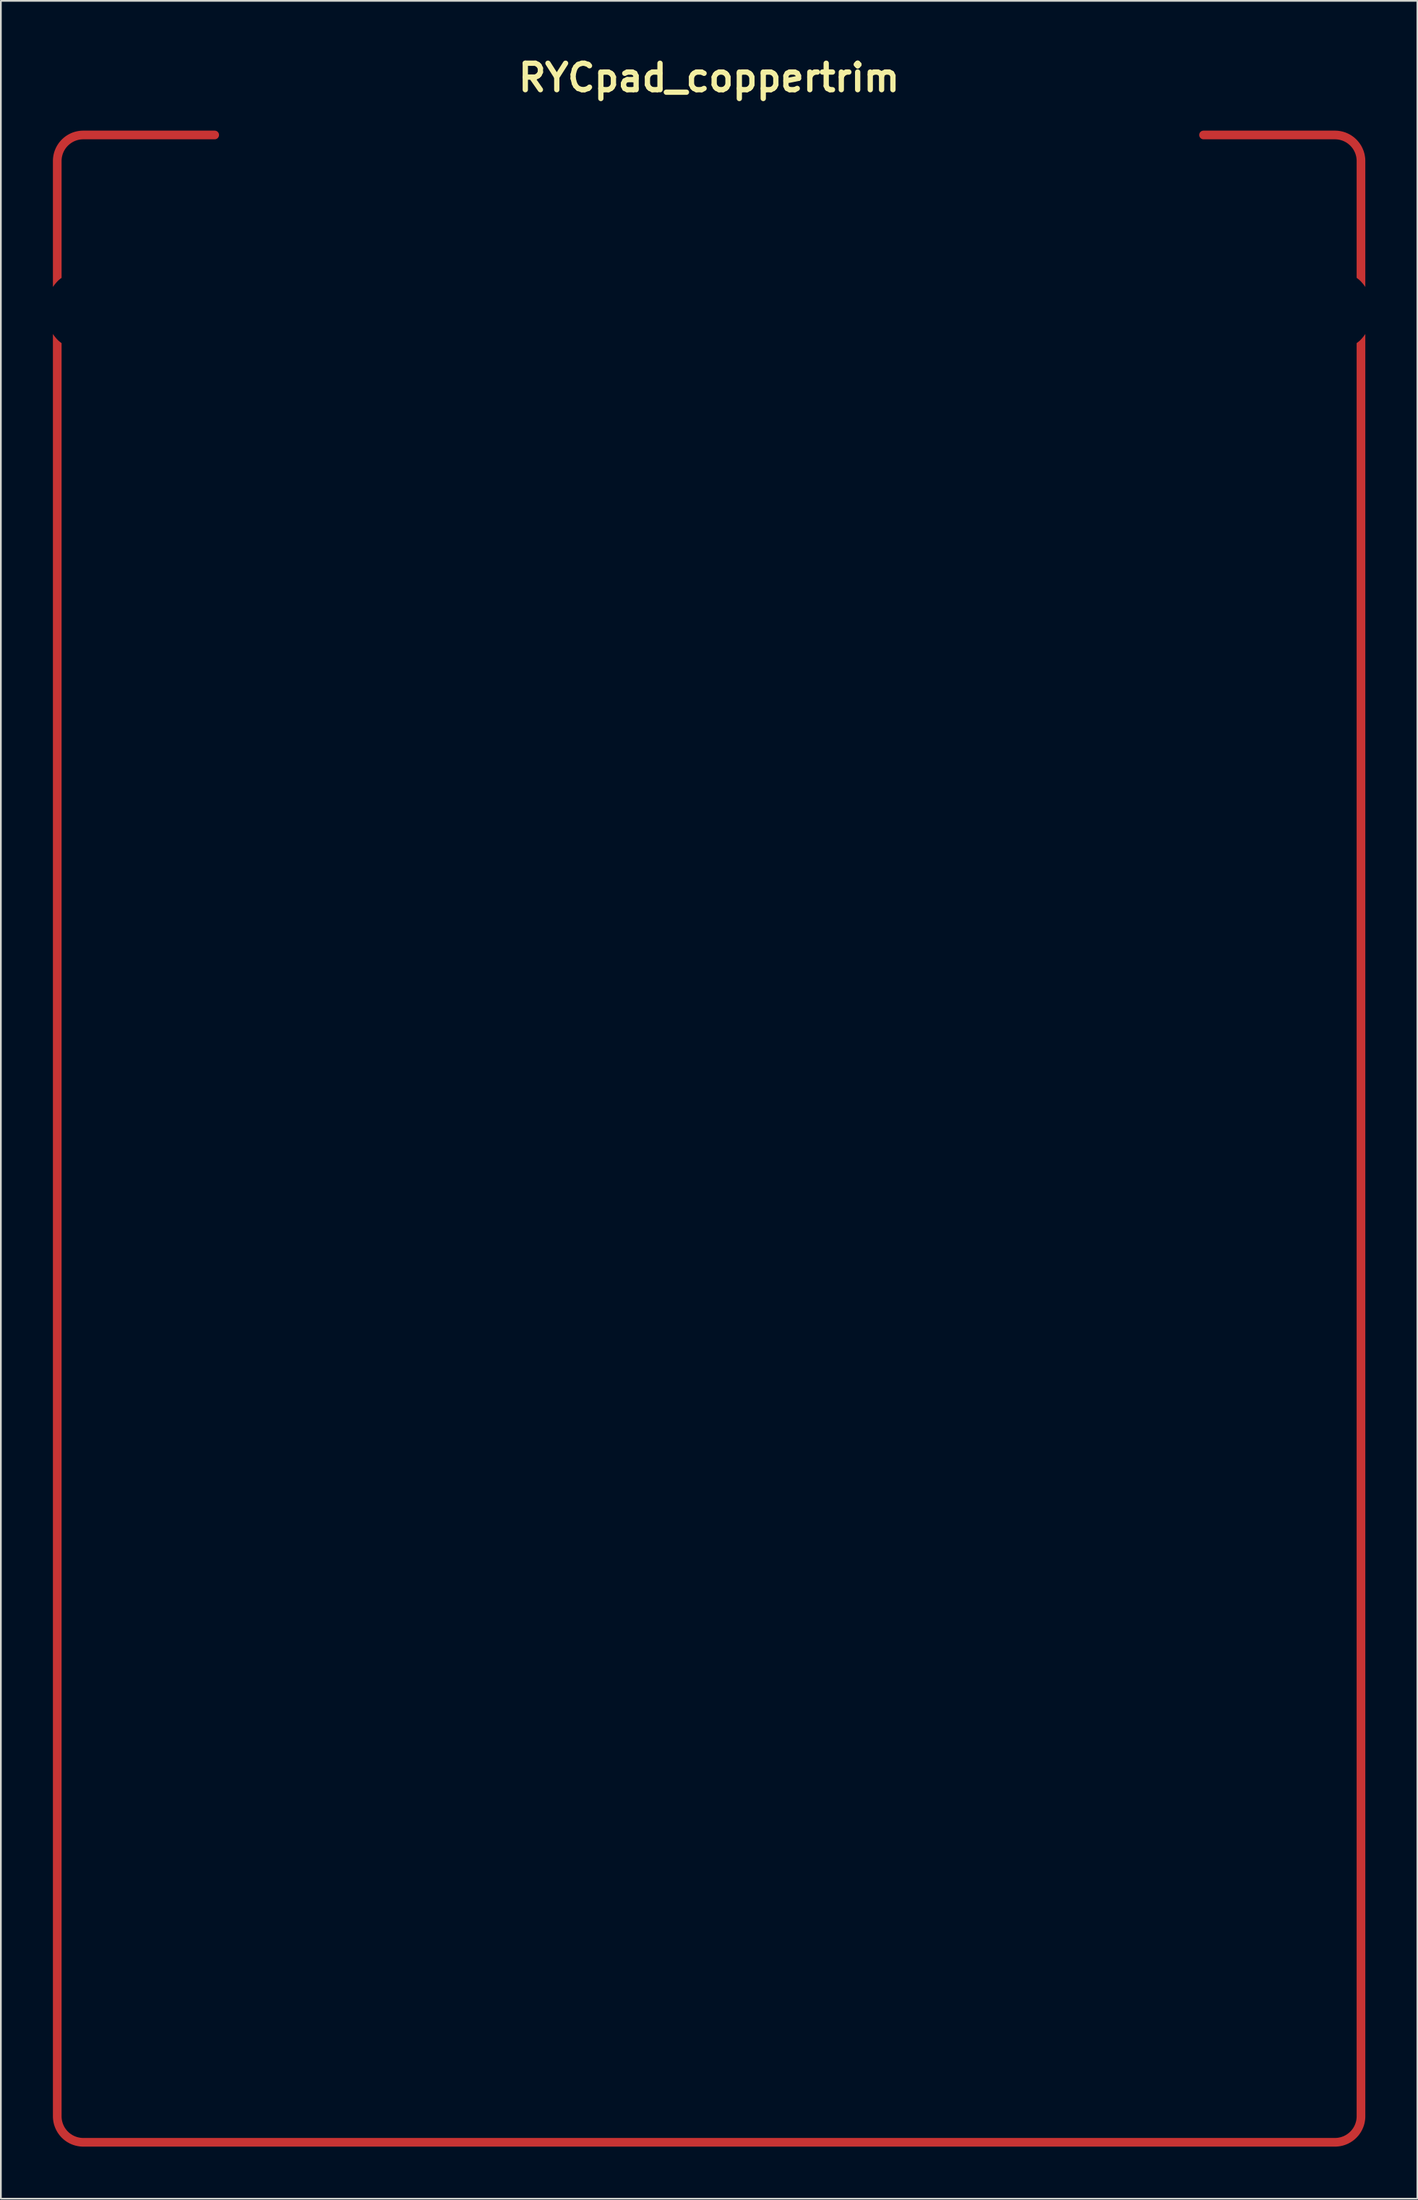
<source format=kicad_pcb>
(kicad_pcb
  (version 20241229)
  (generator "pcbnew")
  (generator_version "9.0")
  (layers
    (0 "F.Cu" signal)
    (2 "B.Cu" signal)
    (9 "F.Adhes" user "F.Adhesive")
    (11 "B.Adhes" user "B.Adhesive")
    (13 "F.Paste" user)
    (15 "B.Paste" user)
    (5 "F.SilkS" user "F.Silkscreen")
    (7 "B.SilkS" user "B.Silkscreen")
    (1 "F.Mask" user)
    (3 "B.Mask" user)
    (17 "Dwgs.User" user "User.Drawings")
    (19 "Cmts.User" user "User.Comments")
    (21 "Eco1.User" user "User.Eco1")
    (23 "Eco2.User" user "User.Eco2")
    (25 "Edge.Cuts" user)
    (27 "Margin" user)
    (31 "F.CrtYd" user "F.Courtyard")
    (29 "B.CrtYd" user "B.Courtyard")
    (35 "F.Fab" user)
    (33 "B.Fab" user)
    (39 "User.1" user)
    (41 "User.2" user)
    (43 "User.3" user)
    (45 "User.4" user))
  (footprint "RYCpad_coppertrim"
    (layer "F.Cu")
    (at 37.825 62.54)
    (property "Reference" "RYCpad_coppertrim" (at 0 -61.113 0) (layer "F.SilkS") (effects (font (size 1.524 1.524) (thickness 0.305))))
    (attr exclude_from_pos_files exclude_from_bom)
    (fp_poly (pts (xy 28.5 -58.065) (xy 28.476 -58.064) (xy 28.451 -58.06) (xy 28.427 -58.054) (xy 28.404 -58.046) (xy 28.382 -58.036) (xy 28.361 -58.023) (xy 28.341 -58.008) (xy 28.323 -57.992) (xy 28.307 -57.974) (xy 28.292 -57.954) (xy 28.279 -57.933) (xy 28.269 -57.911) (xy 28.261 -57.888) (xy 28.255 -57.864) (xy 28.251 -57.839) (xy 28.25 -57.815) (xy 28.251 -57.79) (xy 28.255 -57.766) (xy 28.261 -57.742) (xy 28.269 -57.719) (xy 28.28 -57.697) (xy 28.292 -57.676) (xy 28.307 -57.657) (xy 28.323 -57.638) (xy 28.342 -57.622) (xy 28.361 -57.607) (xy 28.382 -57.595) (xy 28.404 -57.584) (xy 28.428 -57.576) (xy 28.451 -57.57) (xy 28.476 -57.567) (xy 28.5 -57.565) (xy 28.5 -57.565) (xy 28.5 -57.565) (xy 28.501 -57.565) (xy 28.501 -57.565) (xy 36.075 -57.565) (xy 36.099 -57.565) (xy 36.124 -57.564) (xy 36.148 -57.563) (xy 36.173 -57.561) (xy 36.197 -57.559) (xy 36.222 -57.557) (xy 36.246 -57.553) (xy 36.27 -57.55) (xy 36.295 -57.546) (xy 36.319 -57.541) (xy 36.343 -57.536) (xy 36.367 -57.531) (xy 36.39 -57.525) (xy 36.414 -57.518) (xy 36.438 -57.511) (xy 36.461 -57.504) (xy 36.484 -57.496) (xy 36.508 -57.488) (xy 36.531 -57.479) (xy 36.553 -57.47) (xy 36.576 -57.461) (xy 36.598 -57.451) (xy 36.62 -57.44) (xy 36.642 -57.429) (xy 36.664 -57.418) (xy 36.686 -57.406) (xy 36.707 -57.394) (xy 36.728 -57.381) (xy 36.749 -57.368) (xy 36.769 -57.354) (xy 36.79 -57.341) (xy 36.81 -57.326) (xy 36.829 -57.312) (xy 36.849 -57.297) (xy 36.868 -57.281) (xy 36.887 -57.266) (xy 36.905 -57.249) (xy 36.924 -57.233) (xy 36.941 -57.216) (xy 36.959 -57.199) (xy 36.976 -57.181) (xy 36.993 -57.164) (xy 37.009 -57.145) (xy 37.026 -57.127) (xy 37.041 -57.108) (xy 37.057 -57.089) (xy 37.072 -57.07) (xy 37.086 -57.05) (xy 37.101 -57.03) (xy 37.115 -57.01) (xy 37.128 -56.989) (xy 37.141 -56.968) (xy 37.154 -56.947) (xy 37.166 -56.926) (xy 37.177 -56.905) (xy 37.189 -56.883) (xy 37.2 -56.861) (xy 37.21 -56.839) (xy 37.22 -56.816) (xy 37.23 -56.794) (xy 37.239 -56.771) (xy 37.248 -56.748) (xy 37.256 -56.725) (xy 37.264 -56.702) (xy 37.271 -56.678) (xy 37.278 -56.655) (xy 37.285 -56.631) (xy 37.29 -56.607) (xy 37.296 -56.583) (xy 37.301 -56.559) (xy 37.306 -56.535) (xy 37.31 -56.511) (xy 37.313 -56.487) (xy 37.316 -56.462) (xy 37.319 -56.438) (xy 37.321 -56.413) (xy 37.323 -56.389) (xy 37.324 -56.364) (xy 37.325 -56.34) (xy 37.325 -56.315) (xy 37.325 -49.586) (xy 37.346 -49.57) (xy 37.366 -49.554) (xy 37.387 -49.538) (xy 37.408 -49.522) (xy 37.429 -49.505) (xy 37.45 -49.489) (xy 37.47 -49.472) (xy 37.49 -49.455) (xy 37.509 -49.437) (xy 37.528 -49.419) (xy 37.547 -49.401) (xy 37.565 -49.382) (xy 37.583 -49.363) (xy 37.6 -49.344) (xy 37.618 -49.325) (xy 37.635 -49.305) (xy 37.652 -49.285) (xy 37.669 -49.266) (xy 37.685 -49.246) (xy 37.702 -49.225) (xy 37.718 -49.205) (xy 37.734 -49.184) (xy 37.75 -49.164) (xy 37.765 -49.143) (xy 37.781 -49.122) (xy 37.796 -49.101) (xy 37.81 -49.079) (xy 37.825 -49.058) (xy 37.825 -56.315) (xy 37.825 -56.34) (xy 37.824 -56.364) (xy 37.824 -56.389) (xy 37.822 -56.413) (xy 37.821 -56.438) (xy 37.819 -56.462) (xy 37.817 -56.487) (xy 37.814 -56.511) (xy 37.811 -56.536) (xy 37.808 -56.56) (xy 37.804 -56.584) (xy 37.8 -56.609) (xy 37.796 -56.633) (xy 37.791 -56.657) (xy 37.787 -56.681) (xy 37.781 -56.705) (xy 37.776 -56.729) (xy 37.77 -56.753) (xy 37.763 -56.776) (xy 37.757 -56.8) (xy 37.75 -56.823) (xy 37.742 -56.847) (xy 37.735 -56.87) (xy 37.727 -56.893) (xy 37.719 -56.916) (xy 37.71 -56.939) (xy 37.701 -56.962) (xy 37.692 -56.985) (xy 37.681 -57.009) (xy 37.671 -57.034) (xy 37.66 -57.058) (xy 37.648 -57.081) (xy 37.637 -57.105) (xy 37.624 -57.128) (xy 37.612 -57.152) (xy 37.599 -57.175) (xy 37.586 -57.198) (xy 37.573 -57.22) (xy 37.559 -57.243) (xy 37.545 -57.265) (xy 37.53 -57.287) (xy 37.516 -57.308) (xy 37.502 -57.328) (xy 37.488 -57.348) (xy 37.473 -57.367) (xy 37.458 -57.387) (xy 37.443 -57.406) (xy 37.428 -57.425) (xy 37.412 -57.444) (xy 37.396 -57.463) (xy 37.38 -57.481) (xy 37.363 -57.499) (xy 37.347 -57.517) (xy 37.33 -57.535) (xy 37.312 -57.552) (xy 37.295 -57.57) (xy 37.277 -57.587) (xy 37.259 -57.603) (xy 37.241 -57.62) (xy 37.223 -57.636) (xy 37.204 -57.652) (xy 37.185 -57.668) (xy 37.166 -57.683) (xy 37.147 -57.699) (xy 37.127 -57.714) (xy 37.108 -57.728) (xy 37.088 -57.743) (xy 37.068 -57.757) (xy 37.047 -57.77) (xy 37.027 -57.784) (xy 37.006 -57.797) (xy 36.985 -57.81) (xy 36.964 -57.823) (xy 36.943 -57.835) (xy 36.922 -57.847) (xy 36.9 -57.859) (xy 36.878 -57.87) (xy 36.856 -57.881) (xy 36.834 -57.892) (xy 36.812 -57.903) (xy 36.79 -57.913) (xy 36.767 -57.923) (xy 36.745 -57.932) (xy 36.72 -57.942) (xy 36.695 -57.952) (xy 36.671 -57.961) (xy 36.646 -57.97) (xy 36.621 -57.978) (xy 36.596 -57.986) (xy 36.57 -57.994) (xy 36.545 -58.001) (xy 36.519 -58.008) (xy 36.494 -58.014) (xy 36.468 -58.02) (xy 36.442 -58.026) (xy 36.416 -58.031) (xy 36.392 -58.036) (xy 36.368 -58.04) (xy 36.344 -58.044) (xy 36.32 -58.048) (xy 36.295 -58.051) (xy 36.271 -58.054) (xy 36.246 -58.057) (xy 36.222 -58.059) (xy 36.198 -58.061) (xy 36.173 -58.062) (xy 36.148 -58.063) (xy 36.124 -58.064) (xy 36.099 -58.065) (xy 36.075 -58.065) (xy 28.5 -58.065)) (stroke (width 0) (type solid)) (fill yes) (layer "F.Cu"))
    (fp_poly (pts (xy -36.075 -58.065) (xy -36.099 -58.065) (xy -36.124 -58.064) (xy -36.148 -58.063) (xy -36.173 -58.062) (xy -36.197 -58.061) (xy -36.222 -58.059) (xy -36.246 -58.057) (xy -36.271 -58.054) (xy -36.295 -58.051) (xy -36.32 -58.048) (xy -36.344 -58.044) (xy -36.368 -58.04) (xy -36.392 -58.036) (xy -36.416 -58.031) (xy -36.442 -58.026) (xy -36.468 -58.02) (xy -36.494 -58.014) (xy -36.519 -58.008) (xy -36.545 -58.001) (xy -36.57 -57.994) (xy -36.596 -57.986) (xy -36.621 -57.978) (xy -36.646 -57.97) (xy -36.671 -57.961) (xy -36.695 -57.952) (xy -36.72 -57.942) (xy -36.745 -57.932) (xy -36.767 -57.923) (xy -36.79 -57.913) (xy -36.812 -57.903) (xy -36.834 -57.892) (xy -36.856 -57.881) (xy -36.878 -57.87) (xy -36.9 -57.859) (xy -36.921 -57.847) (xy -36.943 -57.835) (xy -36.964 -57.823) (xy -36.985 -57.81) (xy -37.006 -57.797) (xy -37.027 -57.784) (xy -37.047 -57.77) (xy -37.068 -57.757) (xy -37.088 -57.743) (xy -37.108 -57.728) (xy -37.127 -57.714) (xy -37.147 -57.699) (xy -37.166 -57.683) (xy -37.185 -57.668) (xy -37.204 -57.652) (xy -37.223 -57.636) (xy -37.241 -57.62) (xy -37.259 -57.603) (xy -37.277 -57.587) (xy -37.295 -57.57) (xy -37.312 -57.552) (xy -37.33 -57.535) (xy -37.347 -57.517) (xy -37.363 -57.499) (xy -37.38 -57.481) (xy -37.396 -57.463) (xy -37.412 -57.444) (xy -37.428 -57.425) (xy -37.443 -57.406) (xy -37.458 -57.387) (xy -37.473 -57.367) (xy -37.488 -57.348) (xy -37.502 -57.328) (xy -37.516 -57.308) (xy -37.53 -57.287) (xy -37.545 -57.265) (xy -37.559 -57.243) (xy -37.573 -57.22) (xy -37.586 -57.198) (xy -37.599 -57.175) (xy -37.612 -57.152) (xy -37.624 -57.128) (xy -37.637 -57.105) (xy -37.648 -57.081) (xy -37.66 -57.058) (xy -37.671 -57.034) (xy -37.681 -57.009) (xy -37.692 -56.985) (xy -37.701 -56.962) (xy -37.71 -56.939) (xy -37.719 -56.916) (xy -37.727 -56.893) (xy -37.735 -56.87) (xy -37.742 -56.847) (xy -37.75 -56.823) (xy -37.757 -56.8) (xy -37.763 -56.776) (xy -37.77 -56.753) (xy -37.776 -56.729) (xy -37.781 -56.705) (xy -37.787 -56.681) (xy -37.791 -56.657) (xy -37.796 -56.633) (xy -37.8 -56.609) (xy -37.804 -56.584) (xy -37.808 -56.56) (xy -37.811 -56.536) (xy -37.814 -56.511) (xy -37.817 -56.487) (xy -37.819 -56.462) (xy -37.821 -56.438) (xy -37.822 -56.413) (xy -37.824 -56.389) (xy -37.824 -56.364) (xy -37.825 -56.34) (xy -37.825 -56.315) (xy -37.825 -49.058) (xy -37.81 -49.079) (xy -37.796 -49.101) (xy -37.781 -49.122) (xy -37.765 -49.143) (xy -37.75 -49.164) (xy -37.734 -49.185) (xy -37.718 -49.205) (xy -37.702 -49.225) (xy -37.686 -49.246) (xy -37.669 -49.266) (xy -37.652 -49.285) (xy -37.635 -49.305) (xy -37.618 -49.325) (xy -37.601 -49.344) (xy -37.583 -49.363) (xy -37.565 -49.382) (xy -37.547 -49.401) (xy -37.529 -49.419) (xy -37.512 -49.436) (xy -37.494 -49.452) (xy -37.476 -49.468) (xy -37.457 -49.483) (xy -37.439 -49.498) (xy -37.42 -49.513) (xy -37.401 -49.528) (xy -37.382 -49.542) (xy -37.363 -49.557) (xy -37.344 -49.572) (xy -37.325 -49.586) (xy -37.325 -56.315) (xy -37.325 -56.34) (xy -37.324 -56.364) (xy -37.323 -56.389) (xy -37.321 -56.413) (xy -37.319 -56.438) (xy -37.316 -56.462) (xy -37.313 -56.487) (xy -37.31 -56.511) (xy -37.306 -56.535) (xy -37.301 -56.559) (xy -37.296 -56.583) (xy -37.291 -56.607) (xy -37.285 -56.631) (xy -37.278 -56.655) (xy -37.271 -56.678) (xy -37.264 -56.702) (xy -37.256 -56.725) (xy -37.248 -56.748) (xy -37.239 -56.771) (xy -37.23 -56.794) (xy -37.22 -56.816) (xy -37.21 -56.839) (xy -37.2 -56.861) (xy -37.189 -56.883) (xy -37.177 -56.905) (xy -37.166 -56.926) (xy -37.154 -56.947) (xy -37.141 -56.968) (xy -37.128 -56.989) (xy -37.115 -57.01) (xy -37.101 -57.03) (xy -37.086 -57.05) (xy -37.072 -57.07) (xy -37.057 -57.089) (xy -37.041 -57.108) (xy -37.026 -57.127) (xy -37.01 -57.145) (xy -36.993 -57.164) (xy -36.976 -57.181) (xy -36.959 -57.199) (xy -36.941 -57.216) (xy -36.924 -57.233) (xy -36.905 -57.249) (xy -36.887 -57.266) (xy -36.868 -57.281) (xy -36.849 -57.297) (xy -36.829 -57.312) (xy -36.81 -57.326) (xy -36.79 -57.341) (xy -36.769 -57.354) (xy -36.749 -57.368) (xy -36.728 -57.381) (xy -36.707 -57.394) (xy -36.686 -57.406) (xy -36.664 -57.418) (xy -36.642 -57.429) (xy -36.62 -57.44) (xy -36.598 -57.451) (xy -36.576 -57.461) (xy -36.553 -57.47) (xy -36.531 -57.479) (xy -36.508 -57.488) (xy -36.484 -57.496) (xy -36.461 -57.504) (xy -36.438 -57.511) (xy -36.414 -57.518) (xy -36.391 -57.525) (xy -36.367 -57.531) (xy -36.343 -57.536) (xy -36.319 -57.541) (xy -36.295 -57.546) (xy -36.27 -57.55) (xy -36.246 -57.553) (xy -36.222 -57.557) (xy -36.197 -57.559) (xy -36.173 -57.561) (xy -36.148 -57.563) (xy -36.124 -57.564) (xy -36.099 -57.565) (xy -36.075 -57.565) (xy -28.501 -57.565) (xy -28.501 -57.565) (xy -28.5 -57.565) (xy -28.5 -57.565) (xy -28.5 -57.565) (xy -28.476 -57.567) (xy -28.451 -57.57) (xy -28.428 -57.576) (xy -28.404 -57.584) (xy -28.382 -57.595) (xy -28.361 -57.607) (xy -28.342 -57.622) (xy -28.323 -57.638) (xy -28.307 -57.657) (xy -28.292 -57.676) (xy -28.28 -57.697) (xy -28.269 -57.719) (xy -28.261 -57.742) (xy -28.255 -57.766) (xy -28.251 -57.79) (xy -28.25 -57.815) (xy -28.251 -57.839) (xy -28.255 -57.864) (xy -28.261 -57.888) (xy -28.269 -57.911) (xy -28.279 -57.933) (xy -28.292 -57.954) (xy -28.307 -57.974) (xy -28.323 -57.992) (xy -28.341 -58.008) (xy -28.361 -58.023) (xy -28.382 -58.036) (xy -28.404 -58.046) (xy -28.427 -58.054) (xy -28.451 -58.06) (xy -28.476 -58.064) (xy -28.5 -58.065) (xy -36.075 -58.065)) (stroke (width 0) (type solid)) (fill yes) (layer "F.Cu"))
    (fp_poly (pts (xy -37.825 -46.351) (xy -37.825 56.316) (xy -37.825 56.34) (xy -37.824 56.365) (xy -37.824 56.389) (xy -37.822 56.414) (xy -37.821 56.438) (xy -37.819 56.463) (xy -37.817 56.487) (xy -37.814 56.512) (xy -37.811 56.536) (xy -37.808 56.56) (xy -37.804 56.585) (xy -37.8 56.609) (xy -37.796 56.633) (xy -37.791 56.657) (xy -37.787 56.681) (xy -37.781 56.705) (xy -37.776 56.729) (xy -37.77 56.753) (xy -37.763 56.777) (xy -37.757 56.8) (xy -37.75 56.824) (xy -37.742 56.847) (xy -37.735 56.87) (xy -37.727 56.894) (xy -37.719 56.917) (xy -37.71 56.94) (xy -37.701 56.963) (xy -37.692 56.985) (xy -37.681 57.01) (xy -37.671 57.034) (xy -37.66 57.058) (xy -37.648 57.082) (xy -37.637 57.105) (xy -37.624 57.129) (xy -37.612 57.152) (xy -37.599 57.175) (xy -37.586 57.198) (xy -37.573 57.221) (xy -37.559 57.243) (xy -37.545 57.266) (xy -37.53 57.288) (xy -37.516 57.308) (xy -37.502 57.328) (xy -37.488 57.348) (xy -37.473 57.368) (xy -37.458 57.387) (xy -37.443 57.407) (xy -37.428 57.426) (xy -37.412 57.445) (xy -37.396 57.463) (xy -37.38 57.482) (xy -37.363 57.5) (xy -37.347 57.518) (xy -37.33 57.536) (xy -37.312 57.553) (xy -37.295 57.57) (xy -37.277 57.587) (xy -37.259 57.604) (xy -37.241 57.621) (xy -37.223 57.637) (xy -37.204 57.653) (xy -37.185 57.669) (xy -37.166 57.684) (xy -37.147 57.699) (xy -37.127 57.714) (xy -37.108 57.729) (xy -37.088 57.743) (xy -37.068 57.757) (xy -37.047 57.771) (xy -37.027 57.784) (xy -37.006 57.798) (xy -36.985 57.81) (xy -36.964 57.823) (xy -36.943 57.835) (xy -36.921 57.847) (xy -36.9 57.859) (xy -36.878 57.871) (xy -36.856 57.882) (xy -36.834 57.892) (xy -36.812 57.903) (xy -36.79 57.913) (xy -36.767 57.923) (xy -36.745 57.933) (xy -36.72 57.942) (xy -36.695 57.952) (xy -36.671 57.961) (xy -36.646 57.97) (xy -36.621 57.978) (xy -36.596 57.986) (xy -36.57 57.994) (xy -36.545 58.001) (xy -36.519 58.008) (xy -36.494 58.015) (xy -36.468 58.021) (xy -36.442 58.026) (xy -36.416 58.032) (xy -36.392 58.036) (xy -36.368 58.041) (xy -36.344 58.045) (xy -36.32 58.048) (xy -36.295 58.051) (xy -36.271 58.054) (xy -36.246 58.057) (xy -36.222 58.059) (xy -36.197 58.061) (xy -36.173 58.063) (xy -36.148 58.064) (xy -36.124 58.065) (xy -36.099 58.065) (xy -36.075 58.065) (xy 36.075 58.065) (xy 36.099 58.065) (xy 36.124 58.065) (xy 36.148 58.064) (xy 36.173 58.063) (xy 36.197 58.061) (xy 36.222 58.059) (xy 36.246 58.057) (xy 36.271 58.054) (xy 36.295 58.051) (xy 36.32 58.048) (xy 36.344 58.045) (xy 36.368 58.041) (xy 36.392 58.036) (xy 36.416 58.032) (xy 36.442 58.026) (xy 36.468 58.021) (xy 36.494 58.015) (xy 36.519 58.008) (xy 36.545 58.001) (xy 36.57 57.994) (xy 36.596 57.986) (xy 36.621 57.978) (xy 36.646 57.97) (xy 36.671 57.961) (xy 36.695 57.952) (xy 36.72 57.942) (xy 36.745 57.933) (xy 36.767 57.923) (xy 36.79 57.913) (xy 36.812 57.903) (xy 36.834 57.892) (xy 36.856 57.882) (xy 36.878 57.87) (xy 36.9 57.859) (xy 36.922 57.847) (xy 36.943 57.835) (xy 36.964 57.823) (xy 36.985 57.81) (xy 37.006 57.797) (xy 37.027 57.784) (xy 37.047 57.771) (xy 37.068 57.757) (xy 37.088 57.743) (xy 37.108 57.729) (xy 37.127 57.714) (xy 37.147 57.699) (xy 37.166 57.684) (xy 37.185 57.669) (xy 37.204 57.653) (xy 37.223 57.637) (xy 37.241 57.621) (xy 37.259 57.604) (xy 37.277 57.587) (xy 37.295 57.57) (xy 37.312 57.553) (xy 37.33 57.536) (xy 37.347 57.518) (xy 37.363 57.5) (xy 37.38 57.482) (xy 37.396 57.463) (xy 37.412 57.445) (xy 37.428 57.426) (xy 37.443 57.407) (xy 37.458 57.387) (xy 37.473 57.368) (xy 37.488 57.348) (xy 37.502 57.328) (xy 37.516 57.308) (xy 37.53 57.288) (xy 37.544 57.267) (xy 37.557 57.246) (xy 37.57 57.226) (xy 37.582 57.205) (xy 37.595 57.183) (xy 37.607 57.162) (xy 37.618 57.14) (xy 37.63 57.119) (xy 37.641 57.097) (xy 37.652 57.075) (xy 37.662 57.053) (xy 37.672 57.03) (xy 37.682 57.008) (xy 37.692 56.985) (xy 37.701 56.963) (xy 37.71 56.94) (xy 37.719 56.917) (xy 37.727 56.894) (xy 37.735 56.87) (xy 37.742 56.847) (xy 37.75 56.824) (xy 37.757 56.8) (xy 37.763 56.777) (xy 37.77 56.753) (xy 37.776 56.729) (xy 37.781 56.705) (xy 37.787 56.681) (xy 37.791 56.657) (xy 37.796 56.633) (xy 37.8 56.609) (xy 37.804 56.585) (xy 37.808 56.56) (xy 37.811 56.536) (xy 37.814 56.512) (xy 37.817 56.487) (xy 37.819 56.463) (xy 37.821 56.438) (xy 37.822 56.414) (xy 37.824 56.389) (xy 37.824 56.365) (xy 37.825 56.34) (xy 37.825 56.316) (xy 37.825 -46.351) (xy 37.81 -46.33) (xy 37.796 -46.308) (xy 37.78 -46.287) (xy 37.765 -46.266) (xy 37.75 -46.245) (xy 37.734 -46.224) (xy 37.718 -46.204) (xy 37.702 -46.183) (xy 37.685 -46.163) (xy 37.669 -46.143) (xy 37.652 -46.123) (xy 37.635 -46.104) (xy 37.618 -46.084) (xy 37.6 -46.065) (xy 37.583 -46.046) (xy 37.565 -46.027) (xy 37.547 -46.008) (xy 37.528 -45.99) (xy 37.509 -45.971) (xy 37.49 -45.954) (xy 37.47 -45.937) (xy 37.45 -45.92) (xy 37.429 -45.903) (xy 37.408 -45.887) (xy 37.387 -45.871) (xy 37.366 -45.855) (xy 37.346 -45.839) (xy 37.325 -45.822) (xy 37.325 56.316) (xy 37.325 56.34) (xy 37.324 56.365) (xy 37.323 56.389) (xy 37.321 56.414) (xy 37.319 56.438) (xy 37.316 56.463) (xy 37.313 56.487) (xy 37.31 56.511) (xy 37.306 56.535) (xy 37.301 56.559) (xy 37.296 56.584) (xy 37.29 56.607) (xy 37.285 56.631) (xy 37.278 56.655) (xy 37.271 56.679) (xy 37.264 56.702) (xy 37.256 56.725) (xy 37.248 56.748) (xy 37.239 56.771) (xy 37.23 56.794) (xy 37.22 56.817) (xy 37.21 56.839) (xy 37.2 56.861) (xy 37.189 56.883) (xy 37.177 56.905) (xy 37.166 56.926) (xy 37.154 56.948) (xy 37.141 56.969) (xy 37.128 56.99) (xy 37.115 57.01) (xy 37.101 57.03) (xy 37.086 57.05) (xy 37.072 57.07) (xy 37.057 57.089) (xy 37.041 57.109) (xy 37.026 57.127) (xy 37.01 57.146) (xy 36.993 57.164) (xy 36.976 57.182) (xy 36.959 57.199) (xy 36.941 57.216) (xy 36.924 57.233) (xy 36.905 57.25) (xy 36.887 57.266) (xy 36.868 57.282) (xy 36.849 57.297) (xy 36.829 57.312) (xy 36.81 57.327) (xy 36.79 57.341) (xy 36.769 57.355) (xy 36.749 57.368) (xy 36.728 57.381) (xy 36.707 57.394) (xy 36.686 57.406) (xy 36.664 57.418) (xy 36.642 57.429) (xy 36.62 57.44) (xy 36.598 57.451) (xy 36.576 57.461) (xy 36.553 57.471) (xy 36.531 57.48) (xy 36.508 57.488) (xy 36.484 57.497) (xy 36.461 57.504) (xy 36.438 57.512) (xy 36.414 57.519) (xy 36.391 57.525) (xy 36.367 57.531) (xy 36.343 57.536) (xy 36.319 57.541) (xy 36.295 57.546) (xy 36.27 57.55) (xy 36.246 57.554) (xy 36.222 57.557) (xy 36.197 57.56) (xy 36.173 57.562) (xy 36.148 57.563) (xy 36.124 57.565) (xy 36.099 57.565) (xy 36.075 57.566) (xy -36.075 57.566) (xy -36.099 57.565) (xy -36.124 57.565) (xy -36.148 57.563) (xy -36.173 57.562) (xy -36.197 57.56) (xy -36.222 57.557) (xy -36.246 57.554) (xy -36.27 57.55) (xy -36.295 57.546) (xy -36.319 57.541) (xy -36.343 57.536) (xy -36.367 57.531) (xy -36.391 57.525) (xy -36.414 57.519) (xy -36.438 57.512) (xy -36.461 57.504) (xy -36.484 57.497) (xy -36.508 57.488) (xy -36.531 57.48) (xy -36.553 57.471) (xy -36.576 57.461) (xy -36.598 57.451) (xy -36.62 57.44) (xy -36.642 57.429) (xy -36.664 57.418) (xy -36.686 57.406) (xy -36.707 57.394) (xy -36.728 57.381) (xy -36.749 57.368) (xy -36.769 57.355) (xy -36.79 57.341) (xy -36.81 57.327) (xy -36.829 57.312) (xy -36.849 57.297) (xy -36.868 57.282) (xy -36.887 57.266) (xy -36.905 57.25) (xy -36.924 57.233) (xy -36.941 57.216) (xy -36.959 57.199) (xy -36.976 57.182) (xy -36.993 57.164) (xy -37.01 57.146) (xy -37.026 57.127) (xy -37.041 57.109) (xy -37.057 57.089) (xy -37.072 57.07) (xy -37.086 57.05) (xy -37.101 57.03) (xy -37.115 57.01) (xy -37.128 56.99) (xy -37.141 56.969) (xy -37.154 56.948) (xy -37.166 56.926) (xy -37.177 56.905) (xy -37.189 56.883) (xy -37.2 56.861) (xy -37.21 56.839) (xy -37.22 56.817) (xy -37.23 56.794) (xy -37.239 56.771) (xy -37.248 56.748) (xy -37.256 56.725) (xy -37.264 56.702) (xy -37.271 56.679) (xy -37.278 56.655) (xy -37.285 56.631) (xy -37.291 56.607) (xy -37.296 56.584) (xy -37.301 56.559) (xy -37.306 56.535) (xy -37.31 56.511) (xy -37.313 56.487) (xy -37.316 56.463) (xy -37.319 56.438) (xy -37.321 56.414) (xy -37.323 56.389) (xy -37.324 56.365) (xy -37.325 56.34) (xy -37.325 56.316) (xy -37.325 -45.822) (xy -37.344 -45.837) (xy -37.363 -45.852) (xy -37.382 -45.867) (xy -37.401 -45.881) (xy -37.42 -45.896) (xy -37.439 -45.911) (xy -37.457 -45.926) (xy -37.476 -45.941) (xy -37.494 -45.957) (xy -37.512 -45.973) (xy -37.529 -45.99) (xy -37.547 -46.008) (xy -37.565 -46.027) (xy -37.583 -46.046) (xy -37.601 -46.065) (xy -37.618 -46.084) (xy -37.635 -46.104) (xy -37.652 -46.123) (xy -37.669 -46.143) (xy -37.686 -46.163) (xy -37.702 -46.183) (xy -37.718 -46.204) (xy -37.734 -46.224) (xy -37.75 -46.245) (xy -37.765 -46.266) (xy -37.781 -46.287) (xy -37.796 -46.308) (xy -37.81 -46.33) (xy -37.825 -46.351) (xy -37.825 -46.351)) (stroke (width 0) (type solid)) (fill yes) (layer "F.Cu")))
  (gr_rect
    (start -3 -3)
    (end 78.65 123.605)
    (stroke (width 0.1) (type default))
    (fill no)
    (layer "Edge.Cuts")))
</source>
